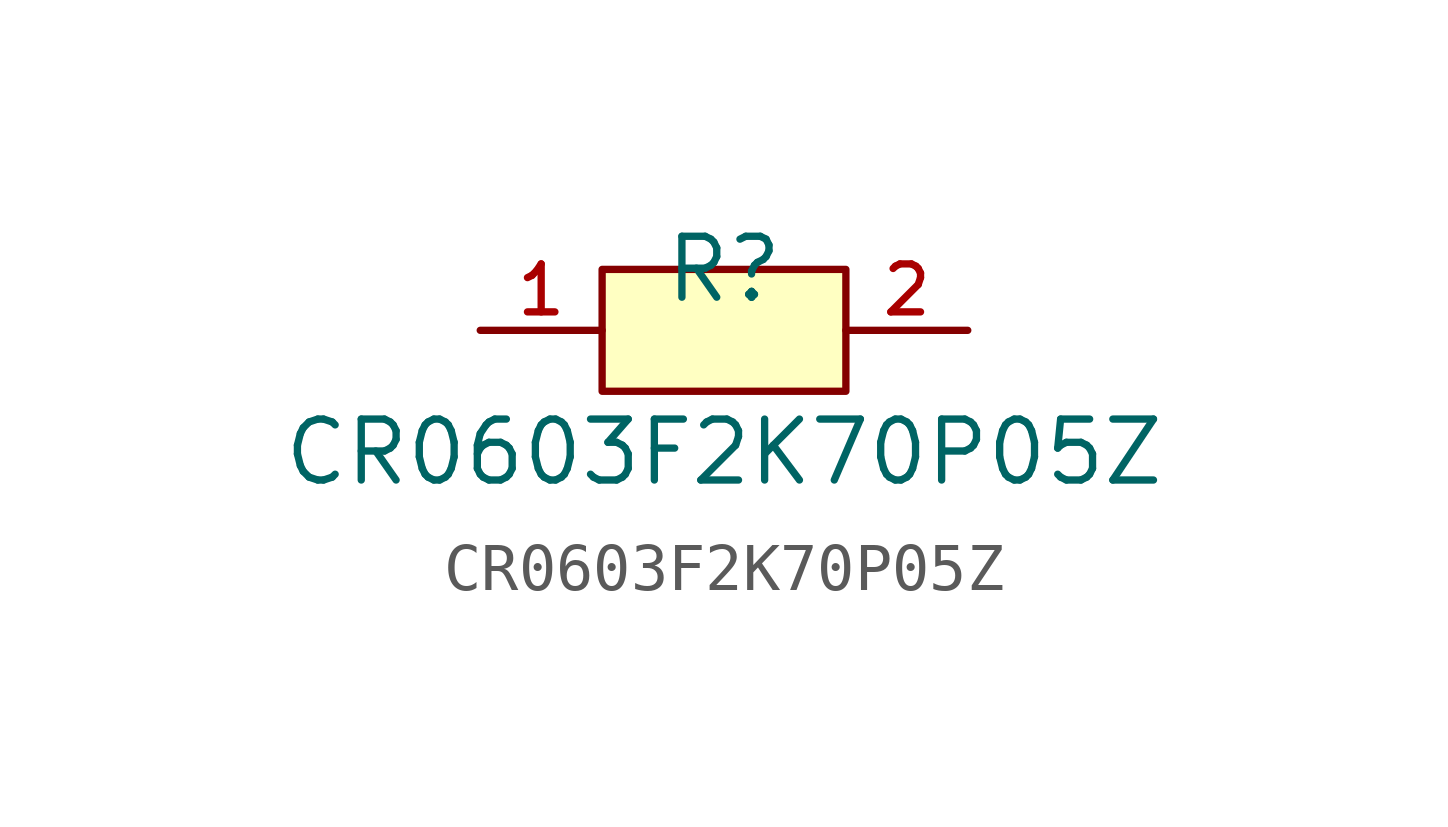
<source format=kicad_sym>
(kicad_symbol_lib
  (version 20210201)
  (generator TousstNicolas/JLC2KiCad_lib)
  (symbol "CR0603F2K70P05Z"
    (pin_names hide)
    (property "Reference" "R"
      (at 0 1.27 0)
      (effects (font (size 1.27 1.27))))
    (property "Value" "CR0603F2K70P05Z"
      (at 0 -2.54 0)
      (effects (font (size 1.27 1.27))))
    (symbol "CR0603F2K70P05Z_0_1"
      (rectangle (start -2.54 1.27) (end 2.54 -1.27) (stroke (width 0) (type default) (color 0 0 0 0)) (fill (type background)))
      (pin unspecified line (at 5.08 -0.0 180) (length 2.54) (name "2" (effects (font (size 1 1)))) (number "2" (effects (font (size 1 1)))))
      (pin unspecified line (at -5.08 -0.0 0) (length 2.54) (name "1" (effects (font (size 1 1)))) (number "1" (effects (font (size 1 1))))))))
</source>
